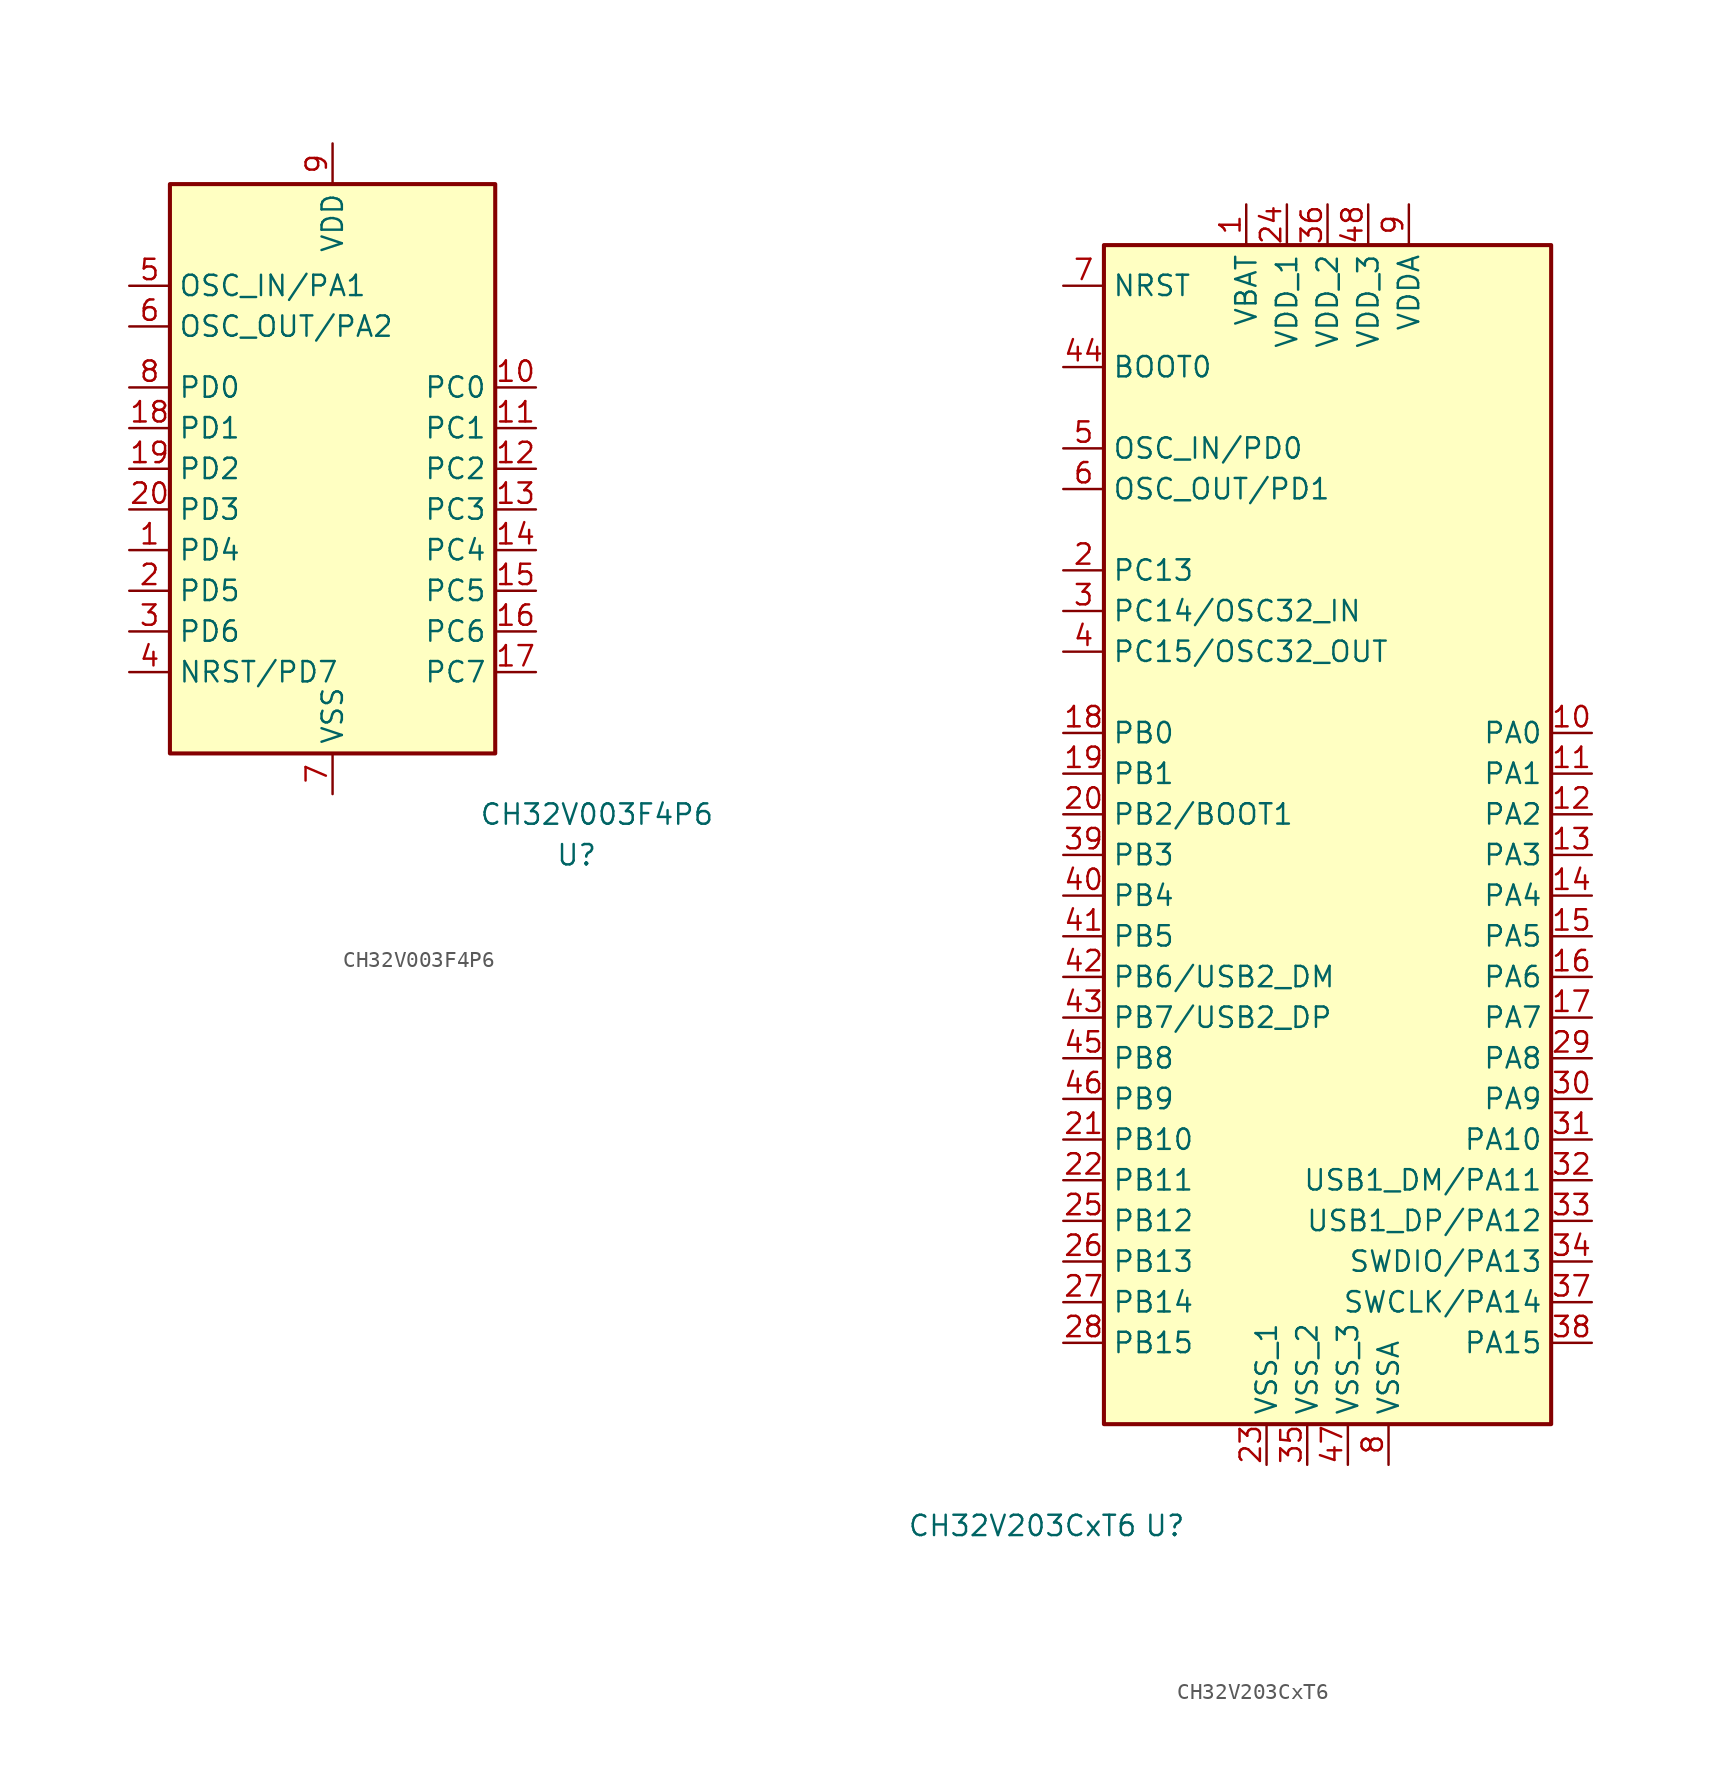
<source format=kicad_sym>
(kicad_symbol_lib
  (version 20211014)
  (generator kicad_symbol_editor)
  (symbol "CH32V003F4P6"
    (property "Reference" "U"
      (at 15.24 -24.13 0)
      (effects (font (size 1.27 1.27))))
    (property "Value" "CH32V003F4P6"
      (at 16.51 -21.59 0)
      (effects (font (size 1.27 1.27))))
    (symbol "CH32V003F4P6_0_1"
      (rectangle (start -10.16 17.78) (end 10.16 -17.78) (stroke (width 0.254) (type default) (color 0 0 0 0)) (fill (type background))))
    (symbol "CH32V003F4P6_1_1"
      (pin bidirectional line (at -12.7 -5.08 0) (length 2.54) (name "PD4" (effects (font (size 1.27 1.27)))) (number "1" (effects (font (size 1.27 1.27)))))
      (pin bidirectional line (at 12.7 5.08 180) (length 2.54) (name "PC0" (effects (font (size 1.27 1.27)))) (number "10" (effects (font (size 1.27 1.27)))))
      (pin bidirectional line (at 12.7 2.54 180) (length 2.54) (name "PC1" (effects (font (size 1.27 1.27)))) (number "11" (effects (font (size 1.27 1.27)))))
      (pin bidirectional line (at 12.7 0 180) (length 2.54) (name "PC2" (effects (font (size 1.27 1.27)))) (number "12" (effects (font (size 1.27 1.27)))))
      (pin bidirectional line (at 12.7 -2.54 180) (length 2.54) (name "PC3" (effects (font (size 1.27 1.27)))) (number "13" (effects (font (size 1.27 1.27)))))
      (pin bidirectional line (at 12.7 -5.08 180) (length 2.54) (name "PC4" (effects (font (size 1.27 1.27)))) (number "14" (effects (font (size 1.27 1.27)))))
      (pin bidirectional line (at 12.7 -7.62 180) (length 2.54) (name "PC5" (effects (font (size 1.27 1.27)))) (number "15" (effects (font (size 1.27 1.27)))))
      (pin bidirectional line (at 12.7 -10.16 180) (length 2.54) (name "PC6" (effects (font (size 1.27 1.27)))) (number "16" (effects (font (size 1.27 1.27)))))
      (pin bidirectional line (at 12.7 -12.7 180) (length 2.54) (name "PC7" (effects (font (size 1.27 1.27)))) (number "17" (effects (font (size 1.27 1.27)))))
      (pin bidirectional line (at -12.7 2.54 0) (length 2.54) (name "PD1" (effects (font (size 1.27 1.27)))) (number "18" (effects (font (size 1.27 1.27)))))
      (pin bidirectional line (at -12.7 0 0) (length 2.54) (name "PD2" (effects (font (size 1.27 1.27)))) (number "19" (effects (font (size 1.27 1.27)))))
      (pin bidirectional line (at -12.7 -7.62 0) (length 2.54) (name "PD5" (effects (font (size 1.27 1.27)))) (number "2" (effects (font (size 1.27 1.27)))))
      (pin bidirectional line (at -12.7 -2.54 0) (length 2.54) (name "PD3" (effects (font (size 1.27 1.27)))) (number "20" (effects (font (size 1.27 1.27)))))
      (pin bidirectional line (at -12.7 -10.16 0) (length 2.54) (name "PD6" (effects (font (size 1.27 1.27)))) (number "3" (effects (font (size 1.27 1.27)))))
      (pin input line (at -12.7 -12.7 0) (length 2.54) (name "NRST/PD7" (effects (font (size 1.27 1.27)))) (number "4" (effects (font (size 1.27 1.27)))))
      (pin input line (at -12.7 11.43 0) (length 2.54) (name "OSC_IN/PA1" (effects (font (size 1.27 1.27)))) (number "5" (effects (font (size 1.27 1.27)))))
      (pin input line (at -12.7 8.89 0) (length 2.54) (name "OSC_OUT/PA2" (effects (font (size 1.27 1.27)))) (number "6" (effects (font (size 1.27 1.27)))))
      (pin power_in line (at 0 -20.32 90) (length 2.54) (name "VSS" (effects (font (size 1.27 1.27)))) (number "7" (effects (font (size 1.27 1.27)))))
      (pin bidirectional line (at -12.7 5.08 0) (length 2.54) (name "PD0" (effects (font (size 1.27 1.27)))) (number "8" (effects (font (size 1.27 1.27)))))
      (pin power_in line (at 0 20.32 270) (length 2.54) (name "VDD" (effects (font (size 1.27 1.27)))) (number "9" (effects (font (size 1.27 1.27)))))))
  (symbol "CH32V203CxT6"
    (property "Reference" "U"
      (at -10.16 -41.91 0)
      (effects (font (size 1.27 1.27))))
    (property "Value" "CH32V203CxT6"
      (at -19.05 -41.91 0)
      (effects (font (size 1.27 1.27))))
    (symbol "CH32V203CxT6_0_1"
      (rectangle (start -13.97 38.1) (end 13.97 -35.56) (stroke (width 0.254) (type default) (color 0 0 0 0)) (fill (type background))))
    (symbol "CH32V203CxT6_1_1"
      (pin power_in line (at -5.08 40.64 270) (length 2.54) (name "VBAT" (effects (font (size 1.27 1.27)))) (number "1" (effects (font (size 1.27 1.27)))))
      (pin bidirectional line (at 16.51 7.62 180) (length 2.54) (name "PA0" (effects (font (size 1.27 1.27)))) (number "10" (effects (font (size 1.27 1.27)))))
      (pin bidirectional line (at 16.51 5.08 180) (length 2.54) (name "PA1" (effects (font (size 1.27 1.27)))) (number "11" (effects (font (size 1.27 1.27)))))
      (pin bidirectional line (at 16.51 2.54 180) (length 2.54) (name "PA2" (effects (font (size 1.27 1.27)))) (number "12" (effects (font (size 1.27 1.27)))))
      (pin bidirectional line (at 16.51 0 180) (length 2.54) (name "PA3" (effects (font (size 1.27 1.27)))) (number "13" (effects (font (size 1.27 1.27)))))
      (pin bidirectional line (at 16.51 -2.54 180) (length 2.54) (name "PA4" (effects (font (size 1.27 1.27)))) (number "14" (effects (font (size 1.27 1.27)))))
      (pin bidirectional line (at 16.51 -5.08 180) (length 2.54) (name "PA5" (effects (font (size 1.27 1.27)))) (number "15" (effects (font (size 1.27 1.27)))))
      (pin bidirectional line (at 16.51 -7.62 180) (length 2.54) (name "PA6" (effects (font (size 1.27 1.27)))) (number "16" (effects (font (size 1.27 1.27)))))
      (pin bidirectional line (at 16.51 -10.16 180) (length 2.54) (name "PA7" (effects (font (size 1.27 1.27)))) (number "17" (effects (font (size 1.27 1.27)))))
      (pin bidirectional line (at -16.51 7.62 0) (length 2.54) (name "PB0" (effects (font (size 1.27 1.27)))) (number "18" (effects (font (size 1.27 1.27)))))
      (pin bidirectional line (at -16.51 5.08 0) (length 2.54) (name "PB1" (effects (font (size 1.27 1.27)))) (number "19" (effects (font (size 1.27 1.27)))))
      (pin bidirectional line (at -16.51 17.78 0) (length 2.54) (name "PC13" (effects (font (size 1.27 1.27)))) (number "2" (effects (font (size 1.27 1.27)))))
      (pin bidirectional line (at -16.51 2.54 0) (length 2.54) (name "PB2/BOOT1" (effects (font (size 1.27 1.27)))) (number "20" (effects (font (size 1.27 1.27)))))
      (pin bidirectional line (at -16.51 -17.78 0) (length 2.54) (name "PB10" (effects (font (size 1.27 1.27)))) (number "21" (effects (font (size 1.27 1.27)))))
      (pin bidirectional line (at -16.51 -20.32 0) (length 2.54) (name "PB11" (effects (font (size 1.27 1.27)))) (number "22" (effects (font (size 1.27 1.27)))))
      (pin power_in line (at -3.81 -38.1 90) (length 2.54) (name "VSS_1" (effects (font (size 1.27 1.27)))) (number "23" (effects (font (size 1.27 1.27)))))
      (pin power_in line (at -2.54 40.64 270) (length 2.54) (name "VDD_1" (effects (font (size 1.27 1.27)))) (number "24" (effects (font (size 1.27 1.27)))))
      (pin bidirectional line (at -16.51 -22.86 0) (length 2.54) (name "PB12" (effects (font (size 1.27 1.27)))) (number "25" (effects (font (size 1.27 1.27)))))
      (pin bidirectional line (at -16.51 -25.4 0) (length 2.54) (name "PB13" (effects (font (size 1.27 1.27)))) (number "26" (effects (font (size 1.27 1.27)))))
      (pin bidirectional line (at -16.51 -27.94 0) (length 2.54) (name "PB14" (effects (font (size 1.27 1.27)))) (number "27" (effects (font (size 1.27 1.27)))))
      (pin bidirectional line (at -16.51 -30.48 0) (length 2.54) (name "PB15" (effects (font (size 1.27 1.27)))) (number "28" (effects (font (size 1.27 1.27)))))
      (pin bidirectional line (at 16.51 -12.7 180) (length 2.54) (name "PA8" (effects (font (size 1.27 1.27)))) (number "29" (effects (font (size 1.27 1.27)))))
      (pin bidirectional line (at -16.51 15.24 0) (length 2.54) (name "PC14/OSC32_IN" (effects (font (size 1.27 1.27)))) (number "3" (effects (font (size 1.27 1.27)))))
      (pin bidirectional line (at 16.51 -15.24 180) (length 2.54) (name "PA9" (effects (font (size 1.27 1.27)))) (number "30" (effects (font (size 1.27 1.27)))))
      (pin bidirectional line (at 16.51 -17.78 180) (length 2.54) (name "PA10" (effects (font (size 1.27 1.27)))) (number "31" (effects (font (size 1.27 1.27)))))
      (pin bidirectional line (at 16.51 -20.32 180) (length 2.54) (name "USB1_DM/PA11" (effects (font (size 1.27 1.27)))) (number "32" (effects (font (size 1.27 1.27)))))
      (pin bidirectional line (at 16.51 -22.86 180) (length 2.54) (name "USB1_DP/PA12" (effects (font (size 1.27 1.27)))) (number "33" (effects (font (size 1.27 1.27)))))
      (pin bidirectional line (at 16.51 -25.4 180) (length 2.54) (name "SWDIO/PA13" (effects (font (size 1.27 1.27)))) (number "34" (effects (font (size 1.27 1.27)))))
      (pin power_in line (at -1.27 -38.1 90) (length 2.54) (name "VSS_2" (effects (font (size 1.27 1.27)))) (number "35" (effects (font (size 1.27 1.27)))))
      (pin power_in line (at 0 40.64 270) (length 2.54) (name "VDD_2" (effects (font (size 1.27 1.27)))) (number "36" (effects (font (size 1.27 1.27)))))
      (pin bidirectional line (at 16.51 -27.94 180) (length 2.54) (name "SWCLK/PA14" (effects (font (size 1.27 1.27)))) (number "37" (effects (font (size 1.27 1.27)))))
      (pin bidirectional line (at 16.51 -30.48 180) (length 2.54) (name "PA15" (effects (font (size 1.27 1.27)))) (number "38" (effects (font (size 1.27 1.27)))))
      (pin bidirectional line (at -16.51 0 0) (length 2.54) (name "PB3" (effects (font (size 1.27 1.27)))) (number "39" (effects (font (size 1.27 1.27)))))
      (pin bidirectional line (at -16.51 12.7 0) (length 2.54) (name "PC15/OSC32_OUT" (effects (font (size 1.27 1.27)))) (number "4" (effects (font (size 1.27 1.27)))))
      (pin bidirectional line (at -16.51 -2.54 0) (length 2.54) (name "PB4" (effects (font (size 1.27 1.27)))) (number "40" (effects (font (size 1.27 1.27)))))
      (pin bidirectional line (at -16.51 -5.08 0) (length 2.54) (name "PB5" (effects (font (size 1.27 1.27)))) (number "41" (effects (font (size 1.27 1.27)))))
      (pin bidirectional line (at -16.51 -7.62 0) (length 2.54) (name "PB6/USB2_DM" (effects (font (size 1.27 1.27)))) (number "42" (effects (font (size 1.27 1.27)))))
      (pin bidirectional line (at -16.51 -10.16 0) (length 2.54) (name "PB7/USB2_DP" (effects (font (size 1.27 1.27)))) (number "43" (effects (font (size 1.27 1.27)))))
      (pin input line (at -16.51 30.48 0) (length 2.54) (name "BOOT0" (effects (font (size 1.27 1.27)))) (number "44" (effects (font (size 1.27 1.27)))))
      (pin bidirectional line (at -16.51 -12.7 0) (length 2.54) (name "PB8" (effects (font (size 1.27 1.27)))) (number "45" (effects (font (size 1.27 1.27)))))
      (pin bidirectional line (at -16.51 -15.24 0) (length 2.54) (name "PB9" (effects (font (size 1.27 1.27)))) (number "46" (effects (font (size 1.27 1.27)))))
      (pin power_in line (at 1.27 -38.1 90) (length 2.54) (name "VSS_3" (effects (font (size 1.27 1.27)))) (number "47" (effects (font (size 1.27 1.27)))))
      (pin power_in line (at 2.54 40.64 270) (length 2.54) (name "VDD_3" (effects (font (size 1.27 1.27)))) (number "48" (effects (font (size 1.27 1.27)))))
      (pin input line (at -16.51 25.4 0) (length 2.54) (name "OSC_IN/PD0" (effects (font (size 1.27 1.27)))) (number "5" (effects (font (size 1.27 1.27)))))
      (pin input line (at -16.51 22.86 0) (length 2.54) (name "OSC_OUT/PD1" (effects (font (size 1.27 1.27)))) (number "6" (effects (font (size 1.27 1.27)))))
      (pin input line (at -16.51 35.56 0) (length 2.54) (name "NRST" (effects (font (size 1.27 1.27)))) (number "7" (effects (font (size 1.27 1.27)))))
      (pin power_in line (at 3.81 -38.1 90) (length 2.54) (name "VSSA" (effects (font (size 1.27 1.27)))) (number "8" (effects (font (size 1.27 1.27)))))
      (pin power_in line (at 5.08 40.64 270) (length 2.54) (name "VDDA" (effects (font (size 1.27 1.27)))) (number "9" (effects (font (size 1.27 1.27))))))))
</source>
